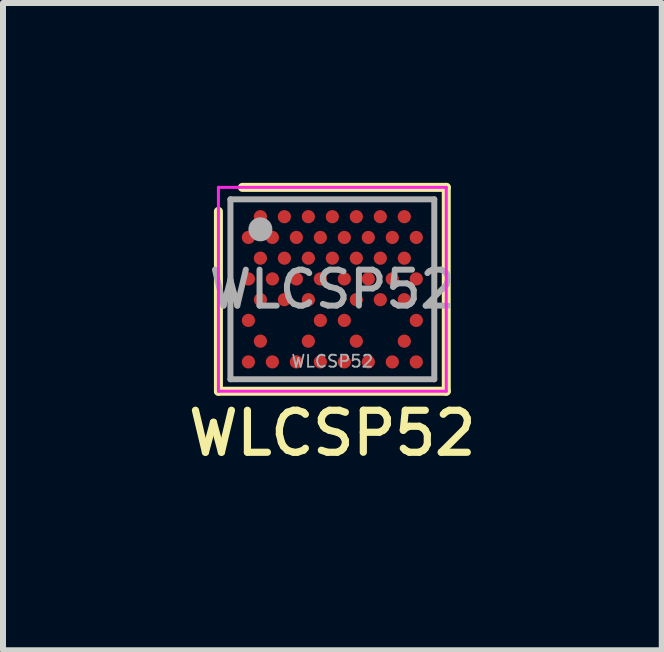
<source format=kicad_pcb>
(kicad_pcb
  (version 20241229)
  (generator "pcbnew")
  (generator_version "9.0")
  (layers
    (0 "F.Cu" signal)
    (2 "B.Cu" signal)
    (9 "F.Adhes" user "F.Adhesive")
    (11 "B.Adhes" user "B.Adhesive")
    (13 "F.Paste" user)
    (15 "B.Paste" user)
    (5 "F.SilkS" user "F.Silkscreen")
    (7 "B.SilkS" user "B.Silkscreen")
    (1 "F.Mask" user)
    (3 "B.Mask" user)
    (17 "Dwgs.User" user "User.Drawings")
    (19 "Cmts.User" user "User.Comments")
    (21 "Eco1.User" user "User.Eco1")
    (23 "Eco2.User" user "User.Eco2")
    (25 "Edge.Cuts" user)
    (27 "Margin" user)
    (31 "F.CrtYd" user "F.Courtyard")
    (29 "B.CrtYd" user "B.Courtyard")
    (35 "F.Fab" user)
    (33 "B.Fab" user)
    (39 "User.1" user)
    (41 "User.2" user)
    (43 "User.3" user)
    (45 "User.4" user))
  (footprint "WLCSP52"
    (layer "F.Cu")
    (at 2.493 1.775)
    (property "Reference" "WLCSP52" (at 0 2.4 0) (layer "F.SilkS") (effects (font (size 0.7 0.7) (thickness 0.12))))
    (property "Value" "WLCSP52" (at 0 -9.688 0) (layer "F.Fab") (hide yes) (effects (font (size 1 1) (thickness 0.15))))
    (attr smd)
    (fp_line (start -1.9 1.7) (end -1.9 -1.3) (stroke (width 0.15) (type solid)) (layer "F.SilkS"))
    (fp_line (start -1.5 -1.7) (end 1.9 -1.7) (stroke (width 0.15) (type solid)) (layer "F.SilkS"))
    (fp_line (start 1.9 -1.7) (end 1.9 1.7) (stroke (width 0.15) (type solid)) (layer "F.SilkS"))
    (fp_line (start 1.9 1.7) (end -1.9 1.7) (stroke (width 0.15) (type solid)) (layer "F.SilkS"))
    (fp_line (start -1.9 -1.7) (end 1.9 -1.7) (stroke (width 0.05) (type solid)) (layer "F.CrtYd"))
    (fp_line (start -1.9 1.7) (end -1.9 -1.7) (stroke (width 0.05) (type solid)) (layer "F.CrtYd"))
    (fp_line (start 1.9 -1.7) (end 1.9 1.7) (stroke (width 0.05) (type solid)) (layer "F.CrtYd"))
    (fp_line (start 1.9 1.7) (end -1.9 1.7) (stroke (width 0.05) (type solid)) (layer "F.CrtYd"))
    (fp_line (start -1.7 -1.5) (end -1.7 1.5) (stroke (width 0.1) (type solid)) (layer "F.Fab"))
    (fp_line (start -1.7 1.5) (end 1.7 1.5) (stroke (width 0.1) (type solid)) (layer "F.Fab"))
    (fp_line (start 1.7 -1.5) (end -1.7 -1.5) (stroke (width 0.1) (type solid)) (layer "F.Fab"))
    (fp_line (start 1.7 1.5) (end 1.7 -1.5) (stroke (width 0.1) (type solid)) (layer "F.Fab"))
    (fp_circle (center -1.2 -1) (end -1.1 -1) (stroke (width 0.2) (type solid)) (fill no) (layer "F.Fab"))
    (fp_text user "${REFERENCE}" (at 0 0 0) (layer "F.Fab") (effects (font (size 0.6 0.6) (thickness 0.1))))
    (fp_text user "${VALUE}" (at 0 1.2 0) (layer "F.Fab") (effects (font (size 0.2 0.2) (thickness 0.03))))
    (pad "A2" smd circle (at -1.2 -1.211) (size 0.22 0.22) (layers "F.Cu" "F.Mask" "F.Paste"))
    (pad "A4" smd circle (at -0.8 -1.211) (size 0.22 0.22) (layers "F.Cu" "F.Mask" "F.Paste"))
    (pad "A6" smd circle (at -0.4 -1.211) (size 0.22 0.22) (layers "F.Cu" "F.Mask" "F.Paste"))
    (pad "A8" smd circle (at 0 -1.211) (size 0.22 0.22) (layers "F.Cu" "F.Mask" "F.Paste"))
    (pad "A10" smd circle (at 0.4 -1.211) (size 0.22 0.22) (layers "F.Cu" "F.Mask" "F.Paste"))
    (pad "A12" smd circle (at 0.8 -1.211) (size 0.22 0.22) (layers "F.Cu" "F.Mask" "F.Paste"))
    (pad "A14" smd circle (at 1.2 -1.211) (size 0.22 0.22) (layers "F.Cu" "F.Mask" "F.Paste"))
    (pad "B1" smd circle (at -1.4 -0.865) (size 0.22 0.22) (layers "F.Cu" "F.Mask" "F.Paste"))
    (pad "B3" smd circle (at -1 -0.865) (size 0.22 0.22) (layers "F.Cu" "F.Mask" "F.Paste"))
    (pad "B5" smd circle (at -0.6 -0.865) (size 0.22 0.22) (layers "F.Cu" "F.Mask" "F.Paste"))
    (pad "B7" smd circle (at -0.2 -0.865) (size 0.22 0.22) (layers "F.Cu" "F.Mask" "F.Paste"))
    (pad "B9" smd circle (at 0.2 -0.865) (size 0.22 0.22) (layers "F.Cu" "F.Mask" "F.Paste"))
    (pad "B11" smd circle (at 0.6 -0.865) (size 0.22 0.22) (layers "F.Cu" "F.Mask" "F.Paste"))
    (pad "B13" smd circle (at 1 -0.865) (size 0.22 0.22) (layers "F.Cu" "F.Mask" "F.Paste"))
    (pad "B15" smd circle (at 1.4 -0.865) (size 0.22 0.22) (layers "F.Cu" "F.Mask" "F.Paste"))
    (pad "C2" smd circle (at -1.2 -0.519) (size 0.22 0.22) (layers "F.Cu" "F.Mask" "F.Paste"))
    (pad "C4" smd circle (at -0.8 -0.519) (size 0.22 0.22) (layers "F.Cu" "F.Mask" "F.Paste"))
    (pad "C6" smd circle (at -0.4 -0.519) (size 0.22 0.22) (layers "F.Cu" "F.Mask" "F.Paste"))
    (pad "C8" smd circle (at 0 -0.519) (size 0.22 0.22) (layers "F.Cu" "F.Mask" "F.Paste"))
    (pad "C10" smd circle (at 0.4 -0.519) (size 0.22 0.22) (layers "F.Cu" "F.Mask" "F.Paste"))
    (pad "C12" smd circle (at 0.8 -0.519) (size 0.22 0.22) (layers "F.Cu" "F.Mask" "F.Paste"))
    (pad "C14" smd circle (at 1.2 -0.519) (size 0.22 0.22) (layers "F.Cu" "F.Mask" "F.Paste"))
    (pad "D1" smd circle (at -1.4 -0.173) (size 0.22 0.22) (layers "F.Cu" "F.Mask" "F.Paste"))
    (pad "D3" smd circle (at -1 -0.173) (size 0.22 0.22) (layers "F.Cu" "F.Mask" "F.Paste"))
    (pad "D5" smd circle (at -0.6 -0.173) (size 0.22 0.22) (layers "F.Cu" "F.Mask" "F.Paste"))
    (pad "D7" smd circle (at -0.2 -0.173) (size 0.22 0.22) (layers "F.Cu" "F.Mask" "F.Paste"))
    (pad "D9" smd circle (at 0.2 -0.173) (size 0.22 0.22) (layers "F.Cu" "F.Mask" "F.Paste"))
    (pad "D11" smd circle (at 0.6 -0.173) (size 0.22 0.22) (layers "F.Cu" "F.Mask" "F.Paste"))
    (pad "D13" smd circle (at 1 -0.173) (size 0.22 0.22) (layers "F.Cu" "F.Mask" "F.Paste"))
    (pad "D15" smd circle (at 1.4 -0.173) (size 0.22 0.22) (layers "F.Cu" "F.Mask" "F.Paste"))
    (pad "E2" smd circle (at -1.2 0.173) (size 0.22 0.22) (layers "F.Cu" "F.Mask" "F.Paste"))
    (pad "E4" smd circle (at -0.8 0.173) (size 0.22 0.22) (layers "F.Cu" "F.Mask" "F.Paste"))
    (pad "E6" smd circle (at -0.4 0.173) (size 0.22 0.22) (layers "F.Cu" "F.Mask" "F.Paste"))
    (pad "E10" smd circle (at 0.4 0.173) (size 0.22 0.22) (layers "F.Cu" "F.Mask" "F.Paste"))
    (pad "E12" smd circle (at 0.8 0.173) (size 0.22 0.22) (layers "F.Cu" "F.Mask" "F.Paste"))
    (pad "E14" smd circle (at 1.2 0.173) (size 0.22 0.22) (layers "F.Cu" "F.Mask" "F.Paste"))
    (pad "F1" smd circle (at -1.4 0.519) (size 0.22 0.22) (layers "F.Cu" "F.Mask" "F.Paste"))
    (pad "F7" smd circle (at -0.2 0.519) (size 0.22 0.22) (layers "F.Cu" "F.Mask" "F.Paste"))
    (pad "F9" smd circle (at 0.2 0.519) (size 0.22 0.22) (layers "F.Cu" "F.Mask" "F.Paste"))
    (pad "F15" smd circle (at 1.4 0.519) (size 0.22 0.22) (layers "F.Cu" "F.Mask" "F.Paste"))
    (pad "G2" smd circle (at -1.2 0.865) (size 0.22 0.22) (layers "F.Cu" "F.Mask" "F.Paste"))
    (pad "G6" smd circle (at -0.4 0.865) (size 0.22 0.22) (layers "F.Cu" "F.Mask" "F.Paste"))
    (pad "G10" smd circle (at 0.4 0.865) (size 0.22 0.22) (layers "F.Cu" "F.Mask" "F.Paste"))
    (pad "G14" smd circle (at 1.2 0.865) (size 0.22 0.22) (layers "F.Cu" "F.Mask" "F.Paste"))
    (pad "H1" smd circle (at -1.4 1.211) (size 0.22 0.22) (layers "F.Cu" "F.Mask" "F.Paste"))
    (pad "H3" smd circle (at -1 1.211) (size 0.22 0.22) (layers "F.Cu" "F.Mask" "F.Paste"))
    (pad "H5" smd circle (at -0.6 1.211) (size 0.22 0.22) (layers "F.Cu" "F.Mask" "F.Paste"))
    (pad "H7" smd circle (at -0.2 1.211) (size 0.22 0.22) (layers "F.Cu" "F.Mask" "F.Paste"))
    (pad "H9" smd circle (at 0.2 1.211) (size 0.22 0.22) (layers "F.Cu" "F.Mask" "F.Paste"))
    (pad "H11" smd circle (at 0.6 1.211) (size 0.22 0.22) (layers "F.Cu" "F.Mask" "F.Paste"))
    (pad "H13" smd circle (at 1 1.211) (size 0.22 0.22) (layers "F.Cu" "F.Mask" "F.Paste"))
    (pad "H15" smd circle (at 1.4 1.211) (size 0.22 0.22) (layers "F.Cu" "F.Mask" "F.Paste")))
  (gr_rect
    (start -3 -3)
    (end 7.987 7.795)
    (stroke (width 0.1) (type default))
    (fill no)
    (layer "Edge.Cuts")))
</source>
